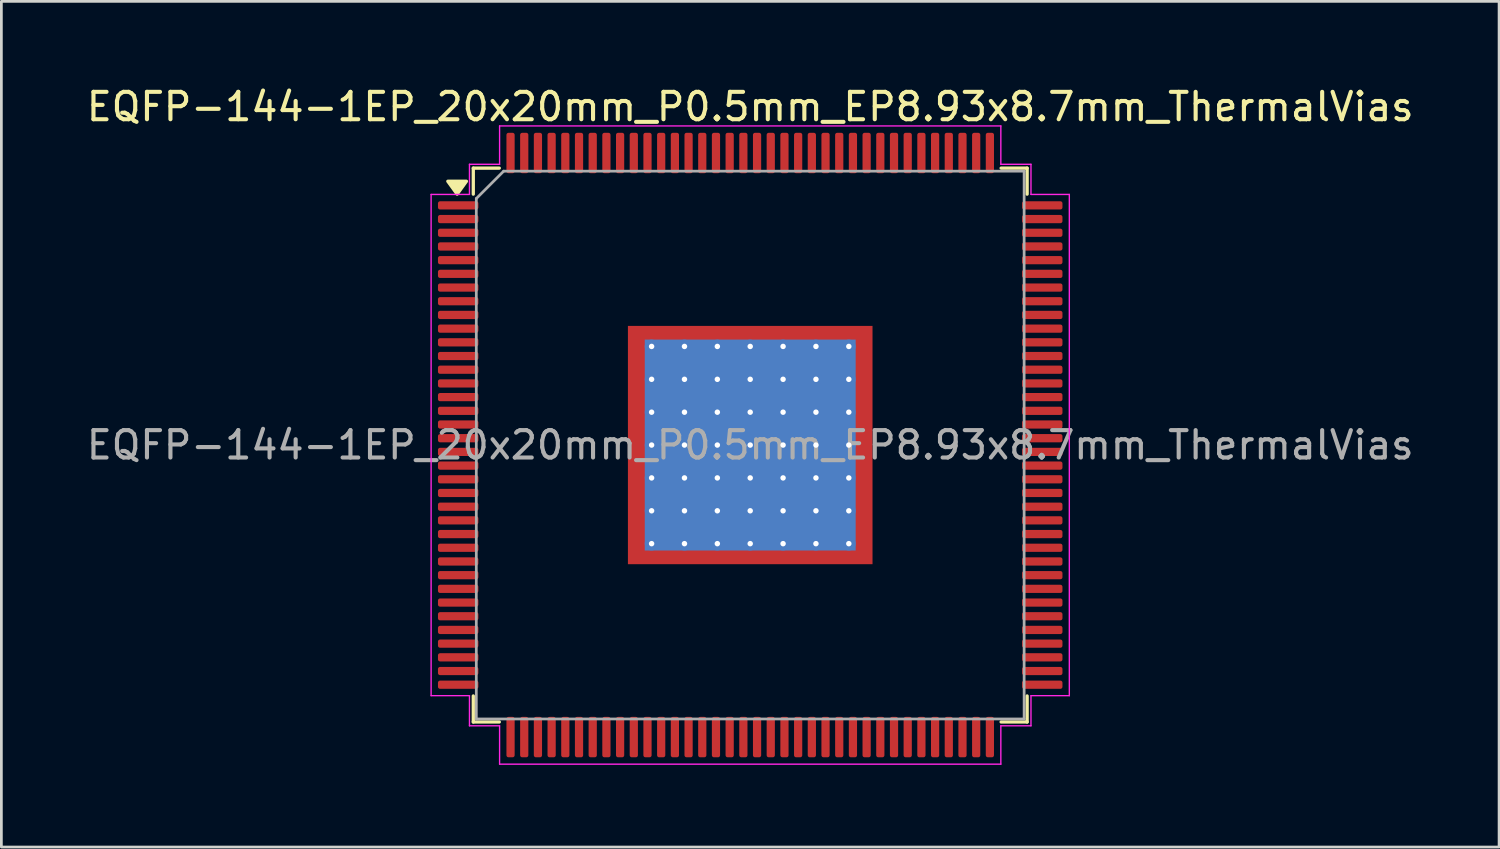
<source format=kicad_pcb>
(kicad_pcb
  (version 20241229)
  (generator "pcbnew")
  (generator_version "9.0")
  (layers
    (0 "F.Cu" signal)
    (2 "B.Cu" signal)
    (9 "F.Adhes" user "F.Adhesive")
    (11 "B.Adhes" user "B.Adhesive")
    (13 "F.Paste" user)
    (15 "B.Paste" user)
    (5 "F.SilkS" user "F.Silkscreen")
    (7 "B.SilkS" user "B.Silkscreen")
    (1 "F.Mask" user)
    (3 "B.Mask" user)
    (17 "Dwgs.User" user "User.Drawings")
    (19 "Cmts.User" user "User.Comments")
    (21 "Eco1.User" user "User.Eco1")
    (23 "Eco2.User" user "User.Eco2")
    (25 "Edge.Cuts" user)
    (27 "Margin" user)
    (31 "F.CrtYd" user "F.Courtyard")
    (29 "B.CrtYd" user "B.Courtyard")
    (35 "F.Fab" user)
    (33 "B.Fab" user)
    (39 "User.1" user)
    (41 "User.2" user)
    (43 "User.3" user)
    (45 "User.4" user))
  (footprint "EQFP-144-1EP_20x20mm_P0.5mm_EP8.93x8.7mm_ThermalVias"
    (layer "F.Cu")
    (at 24.339 13.198)
    (property "Reference" "EQFP-144-1EP_20x20mm_P0.5mm_EP8.93x8.7mm_ThermalVias" (at 0 -12.35 0) (layer "F.SilkS") (effects (font (size 1 1) (thickness 0.15))))
    (attr smd)
    (fp_line (start -10.11 -10.11) (end -10.11 -9.16) (stroke (width 0.12) (type solid)) (layer "F.SilkS"))
    (fp_line (start -10.11 10.11) (end -10.11 9.16) (stroke (width 0.12) (type solid)) (layer "F.SilkS"))
    (fp_line (start -9.16 -10.11) (end -10.11 -10.11) (stroke (width 0.12) (type solid)) (layer "F.SilkS"))
    (fp_line (start -9.16 10.11) (end -10.11 10.11) (stroke (width 0.12) (type solid)) (layer "F.SilkS"))
    (fp_line (start 9.16 -10.11) (end 10.11 -10.11) (stroke (width 0.12) (type solid)) (layer "F.SilkS"))
    (fp_line (start 9.16 10.11) (end 10.11 10.11) (stroke (width 0.12) (type solid)) (layer "F.SilkS"))
    (fp_line (start 10.11 -10.11) (end 10.11 -9.16) (stroke (width 0.12) (type solid)) (layer "F.SilkS"))
    (fp_line (start 10.11 10.11) (end 10.11 9.16) (stroke (width 0.12) (type solid)) (layer "F.SilkS"))
    (fp_poly (pts (xy -10.7 -9.16) (xy -11.04 -9.63) (xy -10.36 -9.63)) (stroke (width 0.12) (type solid)) (fill yes) (layer "F.SilkS"))
    (fp_line (start -11.65 -9.15) (end -10.25 -9.15) (stroke (width 0.05) (type solid)) (layer "F.CrtYd"))
    (fp_line (start -11.65 9.15) (end -11.65 -9.15) (stroke (width 0.05) (type solid)) (layer "F.CrtYd"))
    (fp_line (start -10.25 -10.25) (end -9.15 -10.25) (stroke (width 0.05) (type solid)) (layer "F.CrtYd"))
    (fp_line (start -10.25 -9.15) (end -10.25 -10.25) (stroke (width 0.05) (type solid)) (layer "F.CrtYd"))
    (fp_line (start -10.25 9.15) (end -11.65 9.15) (stroke (width 0.05) (type solid)) (layer "F.CrtYd"))
    (fp_line (start -10.25 10.25) (end -10.25 9.15) (stroke (width 0.05) (type solid)) (layer "F.CrtYd"))
    (fp_line (start -9.15 -11.65) (end 9.15 -11.65) (stroke (width 0.05) (type solid)) (layer "F.CrtYd"))
    (fp_line (start -9.15 -10.25) (end -9.15 -11.65) (stroke (width 0.05) (type solid)) (layer "F.CrtYd"))
    (fp_line (start -9.15 10.25) (end -10.25 10.25) (stroke (width 0.05) (type solid)) (layer "F.CrtYd"))
    (fp_line (start -9.15 11.65) (end -9.15 10.25) (stroke (width 0.05) (type solid)) (layer "F.CrtYd"))
    (fp_line (start 9.15 -11.65) (end 9.15 -10.25) (stroke (width 0.05) (type solid)) (layer "F.CrtYd"))
    (fp_line (start 9.15 -10.25) (end 10.25 -10.25) (stroke (width 0.05) (type solid)) (layer "F.CrtYd"))
    (fp_line (start 9.15 10.25) (end 9.15 11.65) (stroke (width 0.05) (type solid)) (layer "F.CrtYd"))
    (fp_line (start 9.15 11.65) (end -9.15 11.65) (stroke (width 0.05) (type solid)) (layer "F.CrtYd"))
    (fp_line (start 10.25 -10.25) (end 10.25 -9.15) (stroke (width 0.05) (type solid)) (layer "F.CrtYd"))
    (fp_line (start 10.25 -9.15) (end 11.65 -9.15) (stroke (width 0.05) (type solid)) (layer "F.CrtYd"))
    (fp_line (start 10.25 9.15) (end 10.25 10.25) (stroke (width 0.05) (type solid)) (layer "F.CrtYd"))
    (fp_line (start 10.25 10.25) (end 9.15 10.25) (stroke (width 0.05) (type solid)) (layer "F.CrtYd"))
    (fp_line (start 11.65 -9.15) (end 11.65 9.15) (stroke (width 0.05) (type solid)) (layer "F.CrtYd"))
    (fp_line (start 11.65 9.15) (end 10.25 9.15) (stroke (width 0.05) (type solid)) (layer "F.CrtYd"))
    (fp_line (start -10 -9) (end -9 -10) (stroke (width 0.1) (type solid)) (layer "F.Fab"))
    (fp_line (start -10 10) (end -10 -9) (stroke (width 0.1) (type solid)) (layer "F.Fab"))
    (fp_line (start -9 -10) (end 10 -10) (stroke (width 0.1) (type solid)) (layer "F.Fab"))
    (fp_line (start 10 -10) (end 10 10) (stroke (width 0.1) (type solid)) (layer "F.Fab"))
    (fp_line (start 10 10) (end -10 10) (stroke (width 0.1) (type solid)) (layer "F.Fab"))
    (fp_text user "${REFERENCE}" (at 0 0 0) (layer "F.Fab") (effects (font (size 1 1) (thickness 0.15))))
    (pad "" smd roundrect (at -3.84 -3.72) (size 1.03 1) (layers "F.Paste") (roundrect_rratio 0.25))
    (pad "" smd roundrect (at -3.84 -2.48) (size 1.03 1) (layers "F.Paste") (roundrect_rratio 0.25))
    (pad "" smd roundrect (at -3.84 -1.24) (size 1.03 1) (layers "F.Paste") (roundrect_rratio 0.25))
    (pad "" smd roundrect (at -3.84 0) (size 1.03 1) (layers "F.Paste") (roundrect_rratio 0.25))
    (pad "" smd roundrect (at -3.84 1.24) (size 1.03 1) (layers "F.Paste") (roundrect_rratio 0.25))
    (pad "" smd roundrect (at -3.84 2.48) (size 1.03 1) (layers "F.Paste") (roundrect_rratio 0.25))
    (pad "" smd roundrect (at -3.84 3.72) (size 1.03 1) (layers "F.Paste") (roundrect_rratio 0.25))
    (pad "" smd roundrect (at -2.56 -3.72) (size 1.03 1) (layers "F.Paste") (roundrect_rratio 0.25))
    (pad "" smd roundrect (at -2.56 -2.48) (size 1.03 1) (layers "F.Paste") (roundrect_rratio 0.25))
    (pad "" smd roundrect (at -2.56 -1.24) (size 1.03 1) (layers "F.Paste") (roundrect_rratio 0.25))
    (pad "" smd roundrect (at -2.56 0) (size 1.03 1) (layers "F.Paste") (roundrect_rratio 0.25))
    (pad "" smd roundrect (at -2.56 1.24) (size 1.03 1) (layers "F.Paste") (roundrect_rratio 0.25))
    (pad "" smd roundrect (at -2.56 2.48) (size 1.03 1) (layers "F.Paste") (roundrect_rratio 0.25))
    (pad "" smd roundrect (at -2.56 3.72) (size 1.03 1) (layers "F.Paste") (roundrect_rratio 0.25))
    (pad "" smd roundrect (at -1.28 -3.72) (size 1.03 1) (layers "F.Paste") (roundrect_rratio 0.25))
    (pad "" smd roundrect (at -1.28 -2.48) (size 1.03 1) (layers "F.Paste") (roundrect_rratio 0.25))
    (pad "" smd roundrect (at -1.28 -1.24) (size 1.03 1) (layers "F.Paste") (roundrect_rratio 0.25))
    (pad "" smd roundrect (at -1.28 0) (size 1.03 1) (layers "F.Paste") (roundrect_rratio 0.25))
    (pad "" smd roundrect (at -1.28 1.24) (size 1.03 1) (layers "F.Paste") (roundrect_rratio 0.25))
    (pad "" smd roundrect (at -1.28 2.48) (size 1.03 1) (layers "F.Paste") (roundrect_rratio 0.25))
    (pad "" smd roundrect (at -1.28 3.72) (size 1.03 1) (layers "F.Paste") (roundrect_rratio 0.25))
    (pad "" smd roundrect (at 0 -3.72) (size 1.03 1) (layers "F.Paste") (roundrect_rratio 0.25))
    (pad "" smd roundrect (at 0 -2.48) (size 1.03 1) (layers "F.Paste") (roundrect_rratio 0.25))
    (pad "" smd roundrect (at 0 -1.24) (size 1.03 1) (layers "F.Paste") (roundrect_rratio 0.25))
    (pad "" smd roundrect (at 0 0) (size 1.03 1) (layers "F.Paste") (roundrect_rratio 0.25))
    (pad "" smd roundrect (at 0 1.24) (size 1.03 1) (layers "F.Paste") (roundrect_rratio 0.25))
    (pad "" smd roundrect (at 0 2.48) (size 1.03 1) (layers "F.Paste") (roundrect_rratio 0.25))
    (pad "" smd roundrect (at 0 3.72) (size 1.03 1) (layers "F.Paste") (roundrect_rratio 0.25))
    (pad "" smd roundrect (at 1.28 -3.72) (size 1.03 1) (layers "F.Paste") (roundrect_rratio 0.25))
    (pad "" smd roundrect (at 1.28 -2.48) (size 1.03 1) (layers "F.Paste") (roundrect_rratio 0.25))
    (pad "" smd roundrect (at 1.28 -1.24) (size 1.03 1) (layers "F.Paste") (roundrect_rratio 0.25))
    (pad "" smd roundrect (at 1.28 0) (size 1.03 1) (layers "F.Paste") (roundrect_rratio 0.25))
    (pad "" smd roundrect (at 1.28 1.24) (size 1.03 1) (layers "F.Paste") (roundrect_rratio 0.25))
    (pad "" smd roundrect (at 1.28 2.48) (size 1.03 1) (layers "F.Paste") (roundrect_rratio 0.25))
    (pad "" smd roundrect (at 1.28 3.72) (size 1.03 1) (layers "F.Paste") (roundrect_rratio 0.25))
    (pad "" smd roundrect (at 2.56 -3.72) (size 1.03 1) (layers "F.Paste") (roundrect_rratio 0.25))
    (pad "" smd roundrect (at 2.56 -2.48) (size 1.03 1) (layers "F.Paste") (roundrect_rratio 0.25))
    (pad "" smd roundrect (at 2.56 -1.24) (size 1.03 1) (layers "F.Paste") (roundrect_rratio 0.25))
    (pad "" smd roundrect (at 2.56 0) (size 1.03 1) (layers "F.Paste") (roundrect_rratio 0.25))
    (pad "" smd roundrect (at 2.56 1.24) (size 1.03 1) (layers "F.Paste") (roundrect_rratio 0.25))
    (pad "" smd roundrect (at 2.56 2.48) (size 1.03 1) (layers "F.Paste") (roundrect_rratio 0.25))
    (pad "" smd roundrect (at 2.56 3.72) (size 1.03 1) (layers "F.Paste") (roundrect_rratio 0.25))
    (pad "" smd roundrect (at 3.84 -3.72) (size 1.03 1) (layers "F.Paste") (roundrect_rratio 0.25))
    (pad "" smd roundrect (at 3.84 -2.48) (size 1.03 1) (layers "F.Paste") (roundrect_rratio 0.25))
    (pad "" smd roundrect (at 3.84 -1.24) (size 1.03 1) (layers "F.Paste") (roundrect_rratio 0.25))
    (pad "" smd roundrect (at 3.84 0) (size 1.03 1) (layers "F.Paste") (roundrect_rratio 0.25))
    (pad "" smd roundrect (at 3.84 1.24) (size 1.03 1) (layers "F.Paste") (roundrect_rratio 0.25))
    (pad "" smd roundrect (at 3.84 2.48) (size 1.03 1) (layers "F.Paste") (roundrect_rratio 0.25))
    (pad "" smd roundrect (at 3.84 3.72) (size 1.03 1) (layers "F.Paste") (roundrect_rratio 0.25))
    (pad "1" smd roundrect (at -10.662 -8.75) (size 1.475 0.3) (layers "F.Cu" "F.Mask" "F.Paste") (roundrect_rratio 0.25))
    (pad "2" smd roundrect (at -10.662 -8.25) (size 1.475 0.3) (layers "F.Cu" "F.Mask" "F.Paste") (roundrect_rratio 0.25))
    (pad "3" smd roundrect (at -10.662 -7.75) (size 1.475 0.3) (layers "F.Cu" "F.Mask" "F.Paste") (roundrect_rratio 0.25))
    (pad "4" smd roundrect (at -10.662 -7.25) (size 1.475 0.3) (layers "F.Cu" "F.Mask" "F.Paste") (roundrect_rratio 0.25))
    (pad "5" smd roundrect (at -10.662 -6.75) (size 1.475 0.3) (layers "F.Cu" "F.Mask" "F.Paste") (roundrect_rratio 0.25))
    (pad "6" smd roundrect (at -10.662 -6.25) (size 1.475 0.3) (layers "F.Cu" "F.Mask" "F.Paste") (roundrect_rratio 0.25))
    (pad "7" smd roundrect (at -10.662 -5.75) (size 1.475 0.3) (layers "F.Cu" "F.Mask" "F.Paste") (roundrect_rratio 0.25))
    (pad "8" smd roundrect (at -10.662 -5.25) (size 1.475 0.3) (layers "F.Cu" "F.Mask" "F.Paste") (roundrect_rratio 0.25))
    (pad "9" smd roundrect (at -10.662 -4.75) (size 1.475 0.3) (layers "F.Cu" "F.Mask" "F.Paste") (roundrect_rratio 0.25))
    (pad "10" smd roundrect (at -10.662 -4.25) (size 1.475 0.3) (layers "F.Cu" "F.Mask" "F.Paste") (roundrect_rratio 0.25))
    (pad "11" smd roundrect (at -10.662 -3.75) (size 1.475 0.3) (layers "F.Cu" "F.Mask" "F.Paste") (roundrect_rratio 0.25))
    (pad "12" smd roundrect (at -10.662 -3.25) (size 1.475 0.3) (layers "F.Cu" "F.Mask" "F.Paste") (roundrect_rratio 0.25))
    (pad "13" smd roundrect (at -10.662 -2.75) (size 1.475 0.3) (layers "F.Cu" "F.Mask" "F.Paste") (roundrect_rratio 0.25))
    (pad "14" smd roundrect (at -10.662 -2.25) (size 1.475 0.3) (layers "F.Cu" "F.Mask" "F.Paste") (roundrect_rratio 0.25))
    (pad "15" smd roundrect (at -10.662 -1.75) (size 1.475 0.3) (layers "F.Cu" "F.Mask" "F.Paste") (roundrect_rratio 0.25))
    (pad "16" smd roundrect (at -10.662 -1.25) (size 1.475 0.3) (layers "F.Cu" "F.Mask" "F.Paste") (roundrect_rratio 0.25))
    (pad "17" smd roundrect (at -10.662 -0.75) (size 1.475 0.3) (layers "F.Cu" "F.Mask" "F.Paste") (roundrect_rratio 0.25))
    (pad "18" smd roundrect (at -10.662 -0.25) (size 1.475 0.3) (layers "F.Cu" "F.Mask" "F.Paste") (roundrect_rratio 0.25))
    (pad "19" smd roundrect (at -10.662 0.25) (size 1.475 0.3) (layers "F.Cu" "F.Mask" "F.Paste") (roundrect_rratio 0.25))
    (pad "20" smd roundrect (at -10.662 0.75) (size 1.475 0.3) (layers "F.Cu" "F.Mask" "F.Paste") (roundrect_rratio 0.25))
    (pad "21" smd roundrect (at -10.662 1.25) (size 1.475 0.3) (layers "F.Cu" "F.Mask" "F.Paste") (roundrect_rratio 0.25))
    (pad "22" smd roundrect (at -10.662 1.75) (size 1.475 0.3) (layers "F.Cu" "F.Mask" "F.Paste") (roundrect_rratio 0.25))
    (pad "23" smd roundrect (at -10.662 2.25) (size 1.475 0.3) (layers "F.Cu" "F.Mask" "F.Paste") (roundrect_rratio 0.25))
    (pad "24" smd roundrect (at -10.662 2.75) (size 1.475 0.3) (layers "F.Cu" "F.Mask" "F.Paste") (roundrect_rratio 0.25))
    (pad "25" smd roundrect (at -10.662 3.25) (size 1.475 0.3) (layers "F.Cu" "F.Mask" "F.Paste") (roundrect_rratio 0.25))
    (pad "26" smd roundrect (at -10.662 3.75) (size 1.475 0.3) (layers "F.Cu" "F.Mask" "F.Paste") (roundrect_rratio 0.25))
    (pad "27" smd roundrect (at -10.662 4.25) (size 1.475 0.3) (layers "F.Cu" "F.Mask" "F.Paste") (roundrect_rratio 0.25))
    (pad "28" smd roundrect (at -10.662 4.75) (size 1.475 0.3) (layers "F.Cu" "F.Mask" "F.Paste") (roundrect_rratio 0.25))
    (pad "29" smd roundrect (at -10.662 5.25) (size 1.475 0.3) (layers "F.Cu" "F.Mask" "F.Paste") (roundrect_rratio 0.25))
    (pad "30" smd roundrect (at -10.662 5.75) (size 1.475 0.3) (layers "F.Cu" "F.Mask" "F.Paste") (roundrect_rratio 0.25))
    (pad "31" smd roundrect (at -10.662 6.25) (size 1.475 0.3) (layers "F.Cu" "F.Mask" "F.Paste") (roundrect_rratio 0.25))
    (pad "32" smd roundrect (at -10.662 6.75) (size 1.475 0.3) (layers "F.Cu" "F.Mask" "F.Paste") (roundrect_rratio 0.25))
    (pad "33" smd roundrect (at -10.662 7.25) (size 1.475 0.3) (layers "F.Cu" "F.Mask" "F.Paste") (roundrect_rratio 0.25))
    (pad "34" smd roundrect (at -10.662 7.75) (size 1.475 0.3) (layers "F.Cu" "F.Mask" "F.Paste") (roundrect_rratio 0.25))
    (pad "35" smd roundrect (at -10.662 8.25) (size 1.475 0.3) (layers "F.Cu" "F.Mask" "F.Paste") (roundrect_rratio 0.25))
    (pad "36" smd roundrect (at -10.662 8.75) (size 1.475 0.3) (layers "F.Cu" "F.Mask" "F.Paste") (roundrect_rratio 0.25))
    (pad "37" smd roundrect (at -8.75 10.662) (size 0.3 1.475) (layers "F.Cu" "F.Mask" "F.Paste") (roundrect_rratio 0.25))
    (pad "38" smd roundrect (at -8.25 10.662) (size 0.3 1.475) (layers "F.Cu" "F.Mask" "F.Paste") (roundrect_rratio 0.25))
    (pad "39" smd roundrect (at -7.75 10.662) (size 0.3 1.475) (layers "F.Cu" "F.Mask" "F.Paste") (roundrect_rratio 0.25))
    (pad "40" smd roundrect (at -7.25 10.662) (size 0.3 1.475) (layers "F.Cu" "F.Mask" "F.Paste") (roundrect_rratio 0.25))
    (pad "41" smd roundrect (at -6.75 10.662) (size 0.3 1.475) (layers "F.Cu" "F.Mask" "F.Paste") (roundrect_rratio 0.25))
    (pad "42" smd roundrect (at -6.25 10.662) (size 0.3 1.475) (layers "F.Cu" "F.Mask" "F.Paste") (roundrect_rratio 0.25))
    (pad "43" smd roundrect (at -5.75 10.662) (size 0.3 1.475) (layers "F.Cu" "F.Mask" "F.Paste") (roundrect_rratio 0.25))
    (pad "44" smd roundrect (at -5.25 10.662) (size 0.3 1.475) (layers "F.Cu" "F.Mask" "F.Paste") (roundrect_rratio 0.25))
    (pad "45" smd roundrect (at -4.75 10.662) (size 0.3 1.475) (layers "F.Cu" "F.Mask" "F.Paste") (roundrect_rratio 0.25))
    (pad "46" smd roundrect (at -4.25 10.662) (size 0.3 1.475) (layers "F.Cu" "F.Mask" "F.Paste") (roundrect_rratio 0.25))
    (pad "47" smd roundrect (at -3.75 10.662) (size 0.3 1.475) (layers "F.Cu" "F.Mask" "F.Paste") (roundrect_rratio 0.25))
    (pad "48" smd roundrect (at -3.25 10.662) (size 0.3 1.475) (layers "F.Cu" "F.Mask" "F.Paste") (roundrect_rratio 0.25))
    (pad "49" smd roundrect (at -2.75 10.662) (size 0.3 1.475) (layers "F.Cu" "F.Mask" "F.Paste") (roundrect_rratio 0.25))
    (pad "50" smd roundrect (at -2.25 10.662) (size 0.3 1.475) (layers "F.Cu" "F.Mask" "F.Paste") (roundrect_rratio 0.25))
    (pad "51" smd roundrect (at -1.75 10.662) (size 0.3 1.475) (layers "F.Cu" "F.Mask" "F.Paste") (roundrect_rratio 0.25))
    (pad "52" smd roundrect (at -1.25 10.662) (size 0.3 1.475) (layers "F.Cu" "F.Mask" "F.Paste") (roundrect_rratio 0.25))
    (pad "53" smd roundrect (at -0.75 10.662) (size 0.3 1.475) (layers "F.Cu" "F.Mask" "F.Paste") (roundrect_rratio 0.25))
    (pad "54" smd roundrect (at -0.25 10.662) (size 0.3 1.475) (layers "F.Cu" "F.Mask" "F.Paste") (roundrect_rratio 0.25))
    (pad "55" smd roundrect (at 0.25 10.662) (size 0.3 1.475) (layers "F.Cu" "F.Mask" "F.Paste") (roundrect_rratio 0.25))
    (pad "56" smd roundrect (at 0.75 10.662) (size 0.3 1.475) (layers "F.Cu" "F.Mask" "F.Paste") (roundrect_rratio 0.25))
    (pad "57" smd roundrect (at 1.25 10.662) (size 0.3 1.475) (layers "F.Cu" "F.Mask" "F.Paste") (roundrect_rratio 0.25))
    (pad "58" smd roundrect (at 1.75 10.662) (size 0.3 1.475) (layers "F.Cu" "F.Mask" "F.Paste") (roundrect_rratio 0.25))
    (pad "59" smd roundrect (at 2.25 10.662) (size 0.3 1.475) (layers "F.Cu" "F.Mask" "F.Paste") (roundrect_rratio 0.25))
    (pad "60" smd roundrect (at 2.75 10.662) (size 0.3 1.475) (layers "F.Cu" "F.Mask" "F.Paste") (roundrect_rratio 0.25))
    (pad "61" smd roundrect (at 3.25 10.662) (size 0.3 1.475) (layers "F.Cu" "F.Mask" "F.Paste") (roundrect_rratio 0.25))
    (pad "62" smd roundrect (at 3.75 10.662) (size 0.3 1.475) (layers "F.Cu" "F.Mask" "F.Paste") (roundrect_rratio 0.25))
    (pad "63" smd roundrect (at 4.25 10.662) (size 0.3 1.475) (layers "F.Cu" "F.Mask" "F.Paste") (roundrect_rratio 0.25))
    (pad "64" smd roundrect (at 4.75 10.662) (size 0.3 1.475) (layers "F.Cu" "F.Mask" "F.Paste") (roundrect_rratio 0.25))
    (pad "65" smd roundrect (at 5.25 10.662) (size 0.3 1.475) (layers "F.Cu" "F.Mask" "F.Paste") (roundrect_rratio 0.25))
    (pad "66" smd roundrect (at 5.75 10.662) (size 0.3 1.475) (layers "F.Cu" "F.Mask" "F.Paste") (roundrect_rratio 0.25))
    (pad "67" smd roundrect (at 6.25 10.662) (size 0.3 1.475) (layers "F.Cu" "F.Mask" "F.Paste") (roundrect_rratio 0.25))
    (pad "68" smd roundrect (at 6.75 10.662) (size 0.3 1.475) (layers "F.Cu" "F.Mask" "F.Paste") (roundrect_rratio 0.25))
    (pad "69" smd roundrect (at 7.25 10.662) (size 0.3 1.475) (layers "F.Cu" "F.Mask" "F.Paste") (roundrect_rratio 0.25))
    (pad "70" smd roundrect (at 7.75 10.662) (size 0.3 1.475) (layers "F.Cu" "F.Mask" "F.Paste") (roundrect_rratio 0.25))
    (pad "71" smd roundrect (at 8.25 10.662) (size 0.3 1.475) (layers "F.Cu" "F.Mask" "F.Paste") (roundrect_rratio 0.25))
    (pad "72" smd roundrect (at 8.75 10.662) (size 0.3 1.475) (layers "F.Cu" "F.Mask" "F.Paste") (roundrect_rratio 0.25))
    (pad "73" smd roundrect (at 10.662 8.75) (size 1.475 0.3) (layers "F.Cu" "F.Mask" "F.Paste") (roundrect_rratio 0.25))
    (pad "74" smd roundrect (at 10.662 8.25) (size 1.475 0.3) (layers "F.Cu" "F.Mask" "F.Paste") (roundrect_rratio 0.25))
    (pad "75" smd roundrect (at 10.662 7.75) (size 1.475 0.3) (layers "F.Cu" "F.Mask" "F.Paste") (roundrect_rratio 0.25))
    (pad "76" smd roundrect (at 10.662 7.25) (size 1.475 0.3) (layers "F.Cu" "F.Mask" "F.Paste") (roundrect_rratio 0.25))
    (pad "77" smd roundrect (at 10.662 6.75) (size 1.475 0.3) (layers "F.Cu" "F.Mask" "F.Paste") (roundrect_rratio 0.25))
    (pad "78" smd roundrect (at 10.662 6.25) (size 1.475 0.3) (layers "F.Cu" "F.Mask" "F.Paste") (roundrect_rratio 0.25))
    (pad "79" smd roundrect (at 10.662 5.75) (size 1.475 0.3) (layers "F.Cu" "F.Mask" "F.Paste") (roundrect_rratio 0.25))
    (pad "80" smd roundrect (at 10.662 5.25) (size 1.475 0.3) (layers "F.Cu" "F.Mask" "F.Paste") (roundrect_rratio 0.25))
    (pad "81" smd roundrect (at 10.662 4.75) (size 1.475 0.3) (layers "F.Cu" "F.Mask" "F.Paste") (roundrect_rratio 0.25))
    (pad "82" smd roundrect (at 10.662 4.25) (size 1.475 0.3) (layers "F.Cu" "F.Mask" "F.Paste") (roundrect_rratio 0.25))
    (pad "83" smd roundrect (at 10.662 3.75) (size 1.475 0.3) (layers "F.Cu" "F.Mask" "F.Paste") (roundrect_rratio 0.25))
    (pad "84" smd roundrect (at 10.662 3.25) (size 1.475 0.3) (layers "F.Cu" "F.Mask" "F.Paste") (roundrect_rratio 0.25))
    (pad "85" smd roundrect (at 10.662 2.75) (size 1.475 0.3) (layers "F.Cu" "F.Mask" "F.Paste") (roundrect_rratio 0.25))
    (pad "86" smd roundrect (at 10.662 2.25) (size 1.475 0.3) (layers "F.Cu" "F.Mask" "F.Paste") (roundrect_rratio 0.25))
    (pad "87" smd roundrect (at 10.662 1.75) (size 1.475 0.3) (layers "F.Cu" "F.Mask" "F.Paste") (roundrect_rratio 0.25))
    (pad "88" smd roundrect (at 10.662 1.25) (size 1.475 0.3) (layers "F.Cu" "F.Mask" "F.Paste") (roundrect_rratio 0.25))
    (pad "89" smd roundrect (at 10.662 0.75) (size 1.475 0.3) (layers "F.Cu" "F.Mask" "F.Paste") (roundrect_rratio 0.25))
    (pad "90" smd roundrect (at 10.662 0.25) (size 1.475 0.3) (layers "F.Cu" "F.Mask" "F.Paste") (roundrect_rratio 0.25))
    (pad "91" smd roundrect (at 10.662 -0.25) (size 1.475 0.3) (layers "F.Cu" "F.Mask" "F.Paste") (roundrect_rratio 0.25))
    (pad "92" smd roundrect (at 10.662 -0.75) (size 1.475 0.3) (layers "F.Cu" "F.Mask" "F.Paste") (roundrect_rratio 0.25))
    (pad "93" smd roundrect (at 10.662 -1.25) (size 1.475 0.3) (layers "F.Cu" "F.Mask" "F.Paste") (roundrect_rratio 0.25))
    (pad "94" smd roundrect (at 10.662 -1.75) (size 1.475 0.3) (layers "F.Cu" "F.Mask" "F.Paste") (roundrect_rratio 0.25))
    (pad "95" smd roundrect (at 10.662 -2.25) (size 1.475 0.3) (layers "F.Cu" "F.Mask" "F.Paste") (roundrect_rratio 0.25))
    (pad "96" smd roundrect (at 10.662 -2.75) (size 1.475 0.3) (layers "F.Cu" "F.Mask" "F.Paste") (roundrect_rratio 0.25))
    (pad "97" smd roundrect (at 10.662 -3.25) (size 1.475 0.3) (layers "F.Cu" "F.Mask" "F.Paste") (roundrect_rratio 0.25))
    (pad "98" smd roundrect (at 10.662 -3.75) (size 1.475 0.3) (layers "F.Cu" "F.Mask" "F.Paste") (roundrect_rratio 0.25))
    (pad "99" smd roundrect (at 10.662 -4.25) (size 1.475 0.3) (layers "F.Cu" "F.Mask" "F.Paste") (roundrect_rratio 0.25))
    (pad "100" smd roundrect (at 10.662 -4.75) (size 1.475 0.3) (layers "F.Cu" "F.Mask" "F.Paste") (roundrect_rratio 0.25))
    (pad "101" smd roundrect (at 10.662 -5.25) (size 1.475 0.3) (layers "F.Cu" "F.Mask" "F.Paste") (roundrect_rratio 0.25))
    (pad "102" smd roundrect (at 10.662 -5.75) (size 1.475 0.3) (layers "F.Cu" "F.Mask" "F.Paste") (roundrect_rratio 0.25))
    (pad "103" smd roundrect (at 10.662 -6.25) (size 1.475 0.3) (layers "F.Cu" "F.Mask" "F.Paste") (roundrect_rratio 0.25))
    (pad "104" smd roundrect (at 10.662 -6.75) (size 1.475 0.3) (layers "F.Cu" "F.Mask" "F.Paste") (roundrect_rratio 0.25))
    (pad "105" smd roundrect (at 10.662 -7.25) (size 1.475 0.3) (layers "F.Cu" "F.Mask" "F.Paste") (roundrect_rratio 0.25))
    (pad "106" smd roundrect (at 10.662 -7.75) (size 1.475 0.3) (layers "F.Cu" "F.Mask" "F.Paste") (roundrect_rratio 0.25))
    (pad "107" smd roundrect (at 10.662 -8.25) (size 1.475 0.3) (layers "F.Cu" "F.Mask" "F.Paste") (roundrect_rratio 0.25))
    (pad "108" smd roundrect (at 10.662 -8.75) (size 1.475 0.3) (layers "F.Cu" "F.Mask" "F.Paste") (roundrect_rratio 0.25))
    (pad "109" smd roundrect (at 8.75 -10.662) (size 0.3 1.475) (layers "F.Cu" "F.Mask" "F.Paste") (roundrect_rratio 0.25))
    (pad "110" smd roundrect (at 8.25 -10.662) (size 0.3 1.475) (layers "F.Cu" "F.Mask" "F.Paste") (roundrect_rratio 0.25))
    (pad "111" smd roundrect (at 7.75 -10.662) (size 0.3 1.475) (layers "F.Cu" "F.Mask" "F.Paste") (roundrect_rratio 0.25))
    (pad "112" smd roundrect (at 7.25 -10.662) (size 0.3 1.475) (layers "F.Cu" "F.Mask" "F.Paste") (roundrect_rratio 0.25))
    (pad "113" smd roundrect (at 6.75 -10.662) (size 0.3 1.475) (layers "F.Cu" "F.Mask" "F.Paste") (roundrect_rratio 0.25))
    (pad "114" smd roundrect (at 6.25 -10.662) (size 0.3 1.475) (layers "F.Cu" "F.Mask" "F.Paste") (roundrect_rratio 0.25))
    (pad "115" smd roundrect (at 5.75 -10.662) (size 0.3 1.475) (layers "F.Cu" "F.Mask" "F.Paste") (roundrect_rratio 0.25))
    (pad "116" smd roundrect (at 5.25 -10.662) (size 0.3 1.475) (layers "F.Cu" "F.Mask" "F.Paste") (roundrect_rratio 0.25))
    (pad "117" smd roundrect (at 4.75 -10.662) (size 0.3 1.475) (layers "F.Cu" "F.Mask" "F.Paste") (roundrect_rratio 0.25))
    (pad "118" smd roundrect (at 4.25 -10.662) (size 0.3 1.475) (layers "F.Cu" "F.Mask" "F.Paste") (roundrect_rratio 0.25))
    (pad "119" smd roundrect (at 3.75 -10.662) (size 0.3 1.475) (layers "F.Cu" "F.Mask" "F.Paste") (roundrect_rratio 0.25))
    (pad "120" smd roundrect (at 3.25 -10.662) (size 0.3 1.475) (layers "F.Cu" "F.Mask" "F.Paste") (roundrect_rratio 0.25))
    (pad "121" smd roundrect (at 2.75 -10.662) (size 0.3 1.475) (layers "F.Cu" "F.Mask" "F.Paste") (roundrect_rratio 0.25))
    (pad "122" smd roundrect (at 2.25 -10.662) (size 0.3 1.475) (layers "F.Cu" "F.Mask" "F.Paste") (roundrect_rratio 0.25))
    (pad "123" smd roundrect (at 1.75 -10.662) (size 0.3 1.475) (layers "F.Cu" "F.Mask" "F.Paste") (roundrect_rratio 0.25))
    (pad "124" smd roundrect (at 1.25 -10.662) (size 0.3 1.475) (layers "F.Cu" "F.Mask" "F.Paste") (roundrect_rratio 0.25))
    (pad "125" smd roundrect (at 0.75 -10.662) (size 0.3 1.475) (layers "F.Cu" "F.Mask" "F.Paste") (roundrect_rratio 0.25))
    (pad "126" smd roundrect (at 0.25 -10.662) (size 0.3 1.475) (layers "F.Cu" "F.Mask" "F.Paste") (roundrect_rratio 0.25))
    (pad "127" smd roundrect (at -0.25 -10.662) (size 0.3 1.475) (layers "F.Cu" "F.Mask" "F.Paste") (roundrect_rratio 0.25))
    (pad "128" smd roundrect (at -0.75 -10.662) (size 0.3 1.475) (layers "F.Cu" "F.Mask" "F.Paste") (roundrect_rratio 0.25))
    (pad "129" smd roundrect (at -1.25 -10.662) (size 0.3 1.475) (layers "F.Cu" "F.Mask" "F.Paste") (roundrect_rratio 0.25))
    (pad "130" smd roundrect (at -1.75 -10.662) (size 0.3 1.475) (layers "F.Cu" "F.Mask" "F.Paste") (roundrect_rratio 0.25))
    (pad "131" smd roundrect (at -2.25 -10.662) (size 0.3 1.475) (layers "F.Cu" "F.Mask" "F.Paste") (roundrect_rratio 0.25))
    (pad "132" smd roundrect (at -2.75 -10.662) (size 0.3 1.475) (layers "F.Cu" "F.Mask" "F.Paste") (roundrect_rratio 0.25))
    (pad "133" smd roundrect (at -3.25 -10.662) (size 0.3 1.475) (layers "F.Cu" "F.Mask" "F.Paste") (roundrect_rratio 0.25))
    (pad "134" smd roundrect (at -3.75 -10.662) (size 0.3 1.475) (layers "F.Cu" "F.Mask" "F.Paste") (roundrect_rratio 0.25))
    (pad "135" smd roundrect (at -4.25 -10.662) (size 0.3 1.475) (layers "F.Cu" "F.Mask" "F.Paste") (roundrect_rratio 0.25))
    (pad "136" smd roundrect (at -4.75 -10.662) (size 0.3 1.475) (layers "F.Cu" "F.Mask" "F.Paste") (roundrect_rratio 0.25))
    (pad "137" smd roundrect (at -5.25 -10.662) (size 0.3 1.475) (layers "F.Cu" "F.Mask" "F.Paste") (roundrect_rratio 0.25))
    (pad "138" smd roundrect (at -5.75 -10.662) (size 0.3 1.475) (layers "F.Cu" "F.Mask" "F.Paste") (roundrect_rratio 0.25))
    (pad "139" smd roundrect (at -6.25 -10.662) (size 0.3 1.475) (layers "F.Cu" "F.Mask" "F.Paste") (roundrect_rratio 0.25))
    (pad "140" smd roundrect (at -6.75 -10.662) (size 0.3 1.475) (layers "F.Cu" "F.Mask" "F.Paste") (roundrect_rratio 0.25))
    (pad "141" smd roundrect (at -7.25 -10.662) (size 0.3 1.475) (layers "F.Cu" "F.Mask" "F.Paste") (roundrect_rratio 0.25))
    (pad "142" smd roundrect (at -7.75 -10.662) (size 0.3 1.475) (layers "F.Cu" "F.Mask" "F.Paste") (roundrect_rratio 0.25))
    (pad "143" smd roundrect (at -8.25 -10.662) (size 0.3 1.475) (layers "F.Cu" "F.Mask" "F.Paste") (roundrect_rratio 0.25))
    (pad "144" smd roundrect (at -8.75 -10.662) (size 0.3 1.475) (layers "F.Cu" "F.Mask" "F.Paste") (roundrect_rratio 0.25))
    (pad "145" thru_hole circle (at -3.6 -3.6) (size 0.5 0.5) (drill 0.2) (property pad_prop_heatsink) (layers "*.Cu"))
    (pad "145" thru_hole circle (at -3.6 -2.4) (size 0.5 0.5) (drill 0.2) (property pad_prop_heatsink) (layers "*.Cu"))
    (pad "145" thru_hole circle (at -3.6 -1.2) (size 0.5 0.5) (drill 0.2) (property pad_prop_heatsink) (layers "*.Cu"))
    (pad "145" thru_hole circle (at -3.6 0) (size 0.5 0.5) (drill 0.2) (property pad_prop_heatsink) (layers "*.Cu"))
    (pad "145" thru_hole circle (at -3.6 1.2) (size 0.5 0.5) (drill 0.2) (property pad_prop_heatsink) (layers "*.Cu"))
    (pad "145" thru_hole circle (at -3.6 2.4) (size 0.5 0.5) (drill 0.2) (property pad_prop_heatsink) (layers "*.Cu"))
    (pad "145" thru_hole circle (at -3.6 3.6) (size 0.5 0.5) (drill 0.2) (property pad_prop_heatsink) (layers "*.Cu"))
    (pad "145" thru_hole circle (at -2.4 -3.6) (size 0.5 0.5) (drill 0.2) (property pad_prop_heatsink) (layers "*.Cu"))
    (pad "145" thru_hole circle (at -2.4 -2.4) (size 0.5 0.5) (drill 0.2) (property pad_prop_heatsink) (layers "*.Cu"))
    (pad "145" thru_hole circle (at -2.4 -1.2) (size 0.5 0.5) (drill 0.2) (property pad_prop_heatsink) (layers "*.Cu"))
    (pad "145" thru_hole circle (at -2.4 0) (size 0.5 0.5) (drill 0.2) (property pad_prop_heatsink) (layers "*.Cu"))
    (pad "145" thru_hole circle (at -2.4 1.2) (size 0.5 0.5) (drill 0.2) (property pad_prop_heatsink) (layers "*.Cu"))
    (pad "145" thru_hole circle (at -2.4 2.4) (size 0.5 0.5) (drill 0.2) (property pad_prop_heatsink) (layers "*.Cu"))
    (pad "145" thru_hole circle (at -2.4 3.6) (size 0.5 0.5) (drill 0.2) (property pad_prop_heatsink) (layers "*.Cu"))
    (pad "145" thru_hole circle (at -1.2 -3.6) (size 0.5 0.5) (drill 0.2) (property pad_prop_heatsink) (layers "*.Cu"))
    (pad "145" thru_hole circle (at -1.2 -2.4) (size 0.5 0.5) (drill 0.2) (property pad_prop_heatsink) (layers "*.Cu"))
    (pad "145" thru_hole circle (at -1.2 -1.2) (size 0.5 0.5) (drill 0.2) (property pad_prop_heatsink) (layers "*.Cu"))
    (pad "145" thru_hole circle (at -1.2 0) (size 0.5 0.5) (drill 0.2) (property pad_prop_heatsink) (layers "*.Cu"))
    (pad "145" thru_hole circle (at -1.2 1.2) (size 0.5 0.5) (drill 0.2) (property pad_prop_heatsink) (layers "*.Cu"))
    (pad "145" thru_hole circle (at -1.2 2.4) (size 0.5 0.5) (drill 0.2) (property pad_prop_heatsink) (layers "*.Cu"))
    (pad "145" thru_hole circle (at -1.2 3.6) (size 0.5 0.5) (drill 0.2) (property pad_prop_heatsink) (layers "*.Cu"))
    (pad "145" thru_hole circle (at 0 -3.6) (size 0.5 0.5) (drill 0.2) (property pad_prop_heatsink) (layers "*.Cu"))
    (pad "145" thru_hole circle (at 0 -2.4) (size 0.5 0.5) (drill 0.2) (property pad_prop_heatsink) (layers "*.Cu"))
    (pad "145" thru_hole circle (at 0 -1.2) (size 0.5 0.5) (drill 0.2) (property pad_prop_heatsink) (layers "*.Cu"))
    (pad "145" thru_hole circle (at 0 0) (size 0.5 0.5) (drill 0.2) (property pad_prop_heatsink) (layers "*.Cu"))
    (pad "145" smd rect (at 0 0) (size 7.7 7.7) (property pad_prop_heatsink) (layers "B.Cu"))
    (pad "145" smd rect (at 0 0) (size 8.93 8.7) (property pad_prop_heatsink) (layers "F.Cu" "F.Mask"))
    (pad "145" thru_hole circle (at 0 1.2) (size 0.5 0.5) (drill 0.2) (property pad_prop_heatsink) (layers "*.Cu"))
    (pad "145" thru_hole circle (at 0 2.4) (size 0.5 0.5) (drill 0.2) (property pad_prop_heatsink) (layers "*.Cu"))
    (pad "145" thru_hole circle (at 0 3.6) (size 0.5 0.5) (drill 0.2) (property pad_prop_heatsink) (layers "*.Cu"))
    (pad "145" thru_hole circle (at 1.2 -3.6) (size 0.5 0.5) (drill 0.2) (property pad_prop_heatsink) (layers "*.Cu"))
    (pad "145" thru_hole circle (at 1.2 -2.4) (size 0.5 0.5) (drill 0.2) (property pad_prop_heatsink) (layers "*.Cu"))
    (pad "145" thru_hole circle (at 1.2 -1.2) (size 0.5 0.5) (drill 0.2) (property pad_prop_heatsink) (layers "*.Cu"))
    (pad "145" thru_hole circle (at 1.2 0) (size 0.5 0.5) (drill 0.2) (property pad_prop_heatsink) (layers "*.Cu"))
    (pad "145" thru_hole circle (at 1.2 1.2) (size 0.5 0.5) (drill 0.2) (property pad_prop_heatsink) (layers "*.Cu"))
    (pad "145" thru_hole circle (at 1.2 2.4) (size 0.5 0.5) (drill 0.2) (property pad_prop_heatsink) (layers "*.Cu"))
    (pad "145" thru_hole circle (at 1.2 3.6) (size 0.5 0.5) (drill 0.2) (property pad_prop_heatsink) (layers "*.Cu"))
    (pad "145" thru_hole circle (at 2.4 -3.6) (size 0.5 0.5) (drill 0.2) (property pad_prop_heatsink) (layers "*.Cu"))
    (pad "145" thru_hole circle (at 2.4 -2.4) (size 0.5 0.5) (drill 0.2) (property pad_prop_heatsink) (layers "*.Cu"))
    (pad "145" thru_hole circle (at 2.4 -1.2) (size 0.5 0.5) (drill 0.2) (property pad_prop_heatsink) (layers "*.Cu"))
    (pad "145" thru_hole circle (at 2.4 0) (size 0.5 0.5) (drill 0.2) (property pad_prop_heatsink) (layers "*.Cu"))
    (pad "145" thru_hole circle (at 2.4 1.2) (size 0.5 0.5) (drill 0.2) (property pad_prop_heatsink) (layers "*.Cu"))
    (pad "145" thru_hole circle (at 2.4 2.4) (size 0.5 0.5) (drill 0.2) (property pad_prop_heatsink) (layers "*.Cu"))
    (pad "145" thru_hole circle (at 2.4 3.6) (size 0.5 0.5) (drill 0.2) (property pad_prop_heatsink) (layers "*.Cu"))
    (pad "145" thru_hole circle (at 3.6 -3.6) (size 0.5 0.5) (drill 0.2) (property pad_prop_heatsink) (layers "*.Cu"))
    (pad "145" thru_hole circle (at 3.6 -2.4) (size 0.5 0.5) (drill 0.2) (property pad_prop_heatsink) (layers "*.Cu"))
    (pad "145" thru_hole circle (at 3.6 -1.2) (size 0.5 0.5) (drill 0.2) (property pad_prop_heatsink) (layers "*.Cu"))
    (pad "145" thru_hole circle (at 3.6 0) (size 0.5 0.5) (drill 0.2) (property pad_prop_heatsink) (layers "*.Cu"))
    (pad "145" thru_hole circle (at 3.6 1.2) (size 0.5 0.5) (drill 0.2) (property pad_prop_heatsink) (layers "*.Cu"))
    (pad "145" thru_hole circle (at 3.6 2.4) (size 0.5 0.5) (drill 0.2) (property pad_prop_heatsink) (layers "*.Cu"))
    (pad "145" thru_hole circle (at 3.6 3.6) (size 0.5 0.5) (drill 0.2) (property pad_prop_heatsink) (layers "*.Cu")))
  (gr_rect
    (start -3 -3)
    (end 51.679 27.873)
    (stroke (width 0.1) (type default))
    (fill no)
    (layer "Edge.Cuts")))
</source>
